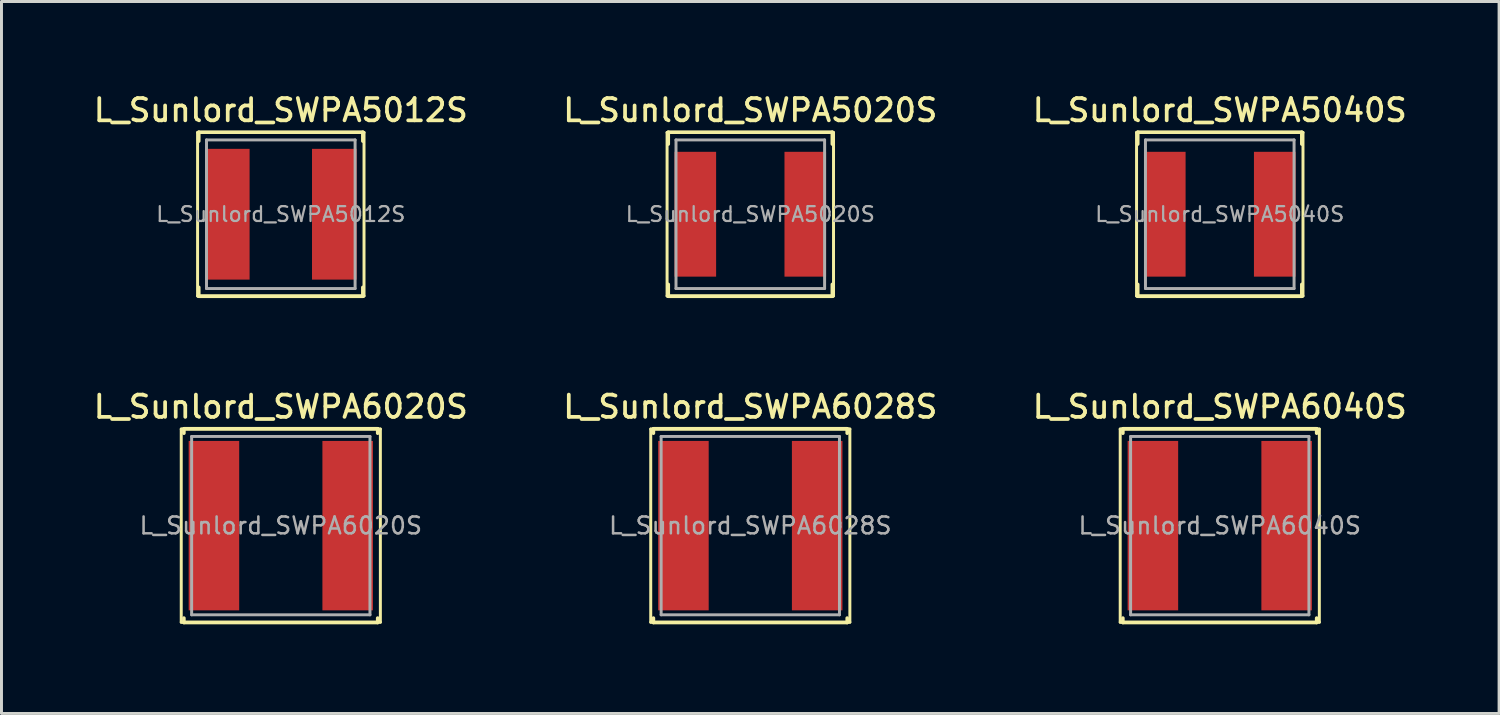
<source format=kicad_pcb>
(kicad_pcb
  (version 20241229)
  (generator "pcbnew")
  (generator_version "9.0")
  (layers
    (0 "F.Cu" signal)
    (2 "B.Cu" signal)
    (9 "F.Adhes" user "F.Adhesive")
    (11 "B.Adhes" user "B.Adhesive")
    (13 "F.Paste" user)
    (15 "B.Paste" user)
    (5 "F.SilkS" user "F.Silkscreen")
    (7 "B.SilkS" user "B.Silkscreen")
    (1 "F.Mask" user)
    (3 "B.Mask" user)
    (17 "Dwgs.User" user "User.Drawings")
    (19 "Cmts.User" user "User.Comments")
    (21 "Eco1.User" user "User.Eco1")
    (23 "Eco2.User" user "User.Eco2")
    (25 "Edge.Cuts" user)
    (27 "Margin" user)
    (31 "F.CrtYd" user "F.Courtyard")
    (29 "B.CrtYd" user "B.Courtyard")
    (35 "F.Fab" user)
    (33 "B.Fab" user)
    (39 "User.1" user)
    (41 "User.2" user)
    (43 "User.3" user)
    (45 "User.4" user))
  (footprint "L_Sunlord_SWPA6028S"
    (layer "F.Cu")
    (at 22.195 14.636)
    (property "Reference" "L_Sunlord_SWPA6028S" (at 0 -4 0) (layer "F.SilkS") (effects (font (size 0.75 0.75) (thickness 0.125))))
    (attr smd)
    (fp_line (start -3.35 -3.25) (end -3.35 3.25) (stroke (width 0.1) (type solid)) (layer "F.SilkS"))
    (fp_line (start -3.35 3.25) (end 3.35 3.25) (stroke (width 0.1) (type solid)) (layer "F.SilkS"))
    (fp_line (start -3.26 -3.26) (end -3.26 -3.11) (stroke (width 0.12) (type solid)) (layer "F.SilkS"))
    (fp_line (start -3.26 -3.26) (end 3.26 -3.26) (stroke (width 0.12) (type solid)) (layer "F.SilkS"))
    (fp_line (start -3.26 3.26) (end -3.26 3.11) (stroke (width 0.12) (type solid)) (layer "F.SilkS"))
    (fp_line (start -3.26 3.26) (end 3.26 3.26) (stroke (width 0.12) (type solid)) (layer "F.SilkS"))
    (fp_line (start 3.26 -3.26) (end 3.26 -3.11) (stroke (width 0.12) (type solid)) (layer "F.SilkS"))
    (fp_line (start 3.26 3.26) (end 3.26 3.11) (stroke (width 0.12) (type solid)) (layer "F.SilkS"))
    (fp_line (start 3.35 -3.25) (end -3.35 -3.25) (stroke (width 0.1) (type solid)) (layer "F.SilkS"))
    (fp_line (start 3.35 3.25) (end 3.35 -3.25) (stroke (width 0.1) (type solid)) (layer "F.SilkS"))
    (fp_line (start -3 -3) (end -3 3) (stroke (width 0.1) (type solid)) (layer "F.Fab"))
    (fp_line (start -3 3) (end 3 3) (stroke (width 0.1) (type solid)) (layer "F.Fab"))
    (fp_line (start 3 -3) (end -3 -3) (stroke (width 0.1) (type solid)) (layer "F.Fab"))
    (fp_line (start 3 3) (end 3 -3) (stroke (width 0.1) (type solid)) (layer "F.Fab"))
    (fp_text user "${REFERENCE}" (at 0 0 0) (layer "F.Fab") (effects (font (size 0.567 0.567) (thickness 0.085))))
    (pad "1" smd rect (at -2.25 0) (size 1.7 5.7) (layers "F.Cu" "F.Mask" "F.Paste"))
    (pad "2" smd rect (at 2.25 0) (size 1.7 5.7) (layers "F.Cu" "F.Mask" "F.Paste")))
  (footprint "L_Sunlord_SWPA6020S"
    (layer "F.Cu")
    (at 6.398 14.636)
    (property "Reference" "L_Sunlord_SWPA6020S" (at 0 -4 0) (layer "F.SilkS") (effects (font (size 0.75 0.75) (thickness 0.125))))
    (attr smd)
    (fp_line (start -3.35 -3.25) (end -3.35 3.25) (stroke (width 0.1) (type solid)) (layer "F.SilkS"))
    (fp_line (start -3.35 3.25) (end 3.35 3.25) (stroke (width 0.1) (type solid)) (layer "F.SilkS"))
    (fp_line (start -3.26 -3.26) (end -3.26 -3.11) (stroke (width 0.12) (type solid)) (layer "F.SilkS"))
    (fp_line (start -3.26 -3.26) (end 3.26 -3.26) (stroke (width 0.12) (type solid)) (layer "F.SilkS"))
    (fp_line (start -3.26 3.26) (end -3.26 3.11) (stroke (width 0.12) (type solid)) (layer "F.SilkS"))
    (fp_line (start -3.26 3.26) (end 3.26 3.26) (stroke (width 0.12) (type solid)) (layer "F.SilkS"))
    (fp_line (start 3.26 -3.26) (end 3.26 -3.11) (stroke (width 0.12) (type solid)) (layer "F.SilkS"))
    (fp_line (start 3.26 3.26) (end 3.26 3.11) (stroke (width 0.12) (type solid)) (layer "F.SilkS"))
    (fp_line (start 3.35 -3.25) (end -3.35 -3.25) (stroke (width 0.1) (type solid)) (layer "F.SilkS"))
    (fp_line (start 3.35 3.25) (end 3.35 -3.25) (stroke (width 0.1) (type solid)) (layer "F.SilkS"))
    (fp_line (start -3 -3) (end -3 3) (stroke (width 0.1) (type solid)) (layer "F.Fab"))
    (fp_line (start -3 3) (end 3 3) (stroke (width 0.1) (type solid)) (layer "F.Fab"))
    (fp_line (start 3 -3) (end -3 -3) (stroke (width 0.1) (type solid)) (layer "F.Fab"))
    (fp_line (start 3 3) (end 3 -3) (stroke (width 0.1) (type solid)) (layer "F.Fab"))
    (fp_text user "${REFERENCE}" (at 0 0 0) (layer "F.Fab") (effects (font (size 0.567 0.567) (thickness 0.085))))
    (pad "1" smd rect (at -2.25 0) (size 1.7 5.7) (layers "F.Cu" "F.Mask" "F.Paste"))
    (pad "2" smd rect (at 2.25 0) (size 1.7 5.7) (layers "F.Cu" "F.Mask" "F.Paste")))
  (footprint "L_Sunlord_SWPA6040S"
    (layer "F.Cu")
    (at 37.991 14.636)
    (property "Reference" "L_Sunlord_SWPA6040S" (at 0 -4 0) (layer "F.SilkS") (effects (font (size 0.75 0.75) (thickness 0.125))))
    (attr smd)
    (fp_line (start -3.35 -3.25) (end -3.35 3.25) (stroke (width 0.1) (type solid)) (layer "F.SilkS"))
    (fp_line (start -3.35 3.25) (end 3.35 3.25) (stroke (width 0.1) (type solid)) (layer "F.SilkS"))
    (fp_line (start -3.26 -3.26) (end -3.26 -3.11) (stroke (width 0.12) (type solid)) (layer "F.SilkS"))
    (fp_line (start -3.26 -3.26) (end 3.26 -3.26) (stroke (width 0.12) (type solid)) (layer "F.SilkS"))
    (fp_line (start -3.26 3.26) (end -3.26 3.11) (stroke (width 0.12) (type solid)) (layer "F.SilkS"))
    (fp_line (start -3.26 3.26) (end 3.26 3.26) (stroke (width 0.12) (type solid)) (layer "F.SilkS"))
    (fp_line (start 3.26 -3.26) (end 3.26 -3.11) (stroke (width 0.12) (type solid)) (layer "F.SilkS"))
    (fp_line (start 3.26 3.26) (end 3.26 3.11) (stroke (width 0.12) (type solid)) (layer "F.SilkS"))
    (fp_line (start 3.35 -3.25) (end -3.35 -3.25) (stroke (width 0.1) (type solid)) (layer "F.SilkS"))
    (fp_line (start 3.35 3.25) (end 3.35 -3.25) (stroke (width 0.1) (type solid)) (layer "F.SilkS"))
    (fp_line (start -3 -3) (end -3 3) (stroke (width 0.1) (type solid)) (layer "F.Fab"))
    (fp_line (start -3 3) (end 3 3) (stroke (width 0.1) (type solid)) (layer "F.Fab"))
    (fp_line (start 3 -3) (end -3 -3) (stroke (width 0.1) (type solid)) (layer "F.Fab"))
    (fp_line (start 3 3) (end 3 -3) (stroke (width 0.1) (type solid)) (layer "F.Fab"))
    (fp_text user "${REFERENCE}" (at 0 0 0) (layer "F.Fab") (effects (font (size 0.567 0.567) (thickness 0.085))))
    (pad "1" smd rect (at -2.25 0) (size 1.7 5.7) (layers "F.Cu" "F.Mask" "F.Paste"))
    (pad "2" smd rect (at 2.25 0) (size 1.7 5.7) (layers "F.Cu" "F.Mask" "F.Paste")))
  (footprint "L_Sunlord_SWPA5040S"
    (layer "F.Cu")
    (at 37.991 4.158)
    (property "Reference" "L_Sunlord_SWPA5040S" (at 0 -3.5 0) (layer "F.SilkS") (effects (font (size 0.75 0.75) (thickness 0.125))))
    (attr smd)
    (fp_line (start -2.8 -2.75) (end -2.8 2.75) (stroke (width 0.1) (type solid)) (layer "F.SilkS"))
    (fp_line (start -2.8 2.75) (end 2.8 2.75) (stroke (width 0.1) (type solid)) (layer "F.SilkS"))
    (fp_line (start -2.76 -2.76) (end -2.76 -2.36) (stroke (width 0.12) (type solid)) (layer "F.SilkS"))
    (fp_line (start -2.76 -2.76) (end 2.76 -2.76) (stroke (width 0.12) (type solid)) (layer "F.SilkS"))
    (fp_line (start -2.76 2.76) (end -2.76 2.36) (stroke (width 0.12) (type solid)) (layer "F.SilkS"))
    (fp_line (start -2.76 2.76) (end 2.76 2.76) (stroke (width 0.12) (type solid)) (layer "F.SilkS"))
    (fp_line (start 2.76 -2.76) (end 2.76 -2.36) (stroke (width 0.12) (type solid)) (layer "F.SilkS"))
    (fp_line (start 2.76 2.76) (end 2.76 2.36) (stroke (width 0.12) (type solid)) (layer "F.SilkS"))
    (fp_line (start 2.8 -2.75) (end -2.8 -2.75) (stroke (width 0.1) (type solid)) (layer "F.SilkS"))
    (fp_line (start 2.8 2.75) (end 2.8 -2.75) (stroke (width 0.1) (type solid)) (layer "F.SilkS"))
    (fp_line (start -2.5 -2.5) (end -2.5 2.5) (stroke (width 0.1) (type solid)) (layer "F.Fab"))
    (fp_line (start -2.5 2.5) (end 2.5 2.5) (stroke (width 0.1) (type solid)) (layer "F.Fab"))
    (fp_line (start 2.5 -2.5) (end -2.5 -2.5) (stroke (width 0.1) (type solid)) (layer "F.Fab"))
    (fp_line (start 2.5 2.5) (end 2.5 -2.5) (stroke (width 0.1) (type solid)) (layer "F.Fab"))
    (fp_text user "${REFERENCE}" (at 0 0 0) (layer "F.Fab") (effects (font (size 0.5 0.5) (thickness 0.075))))
    (pad "1" smd rect (at -1.85 0) (size 1.4 4.2) (layers "F.Cu" "F.Mask" "F.Paste"))
    (pad "2" smd rect (at 1.85 0) (size 1.4 4.2) (layers "F.Cu" "F.Mask" "F.Paste")))
  (footprint "L_Sunlord_SWPA5020S"
    (layer "F.Cu")
    (at 22.195 4.158)
    (property "Reference" "L_Sunlord_SWPA5020S" (at 0 -3.5 0) (layer "F.SilkS") (effects (font (size 0.75 0.75) (thickness 0.125))))
    (attr smd)
    (fp_line (start -2.8 -2.75) (end -2.8 2.75) (stroke (width 0.1) (type solid)) (layer "F.SilkS"))
    (fp_line (start -2.8 2.75) (end 2.8 2.75) (stroke (width 0.1) (type solid)) (layer "F.SilkS"))
    (fp_line (start -2.76 -2.76) (end -2.76 -2.36) (stroke (width 0.12) (type solid)) (layer "F.SilkS"))
    (fp_line (start -2.76 -2.76) (end 2.76 -2.76) (stroke (width 0.12) (type solid)) (layer "F.SilkS"))
    (fp_line (start -2.76 2.76) (end -2.76 2.36) (stroke (width 0.12) (type solid)) (layer "F.SilkS"))
    (fp_line (start -2.76 2.76) (end 2.76 2.76) (stroke (width 0.12) (type solid)) (layer "F.SilkS"))
    (fp_line (start 2.76 -2.76) (end 2.76 -2.36) (stroke (width 0.12) (type solid)) (layer "F.SilkS"))
    (fp_line (start 2.76 2.76) (end 2.76 2.36) (stroke (width 0.12) (type solid)) (layer "F.SilkS"))
    (fp_line (start 2.8 -2.75) (end -2.8 -2.75) (stroke (width 0.1) (type solid)) (layer "F.SilkS"))
    (fp_line (start 2.8 2.75) (end 2.8 -2.75) (stroke (width 0.1) (type solid)) (layer "F.SilkS"))
    (fp_line (start -2.5 -2.5) (end -2.5 2.5) (stroke (width 0.1) (type solid)) (layer "F.Fab"))
    (fp_line (start -2.5 2.5) (end 2.5 2.5) (stroke (width 0.1) (type solid)) (layer "F.Fab"))
    (fp_line (start 2.5 -2.5) (end -2.5 -2.5) (stroke (width 0.1) (type solid)) (layer "F.Fab"))
    (fp_line (start 2.5 2.5) (end 2.5 -2.5) (stroke (width 0.1) (type solid)) (layer "F.Fab"))
    (fp_text user "${REFERENCE}" (at 0 0 0) (layer "F.Fab") (effects (font (size 0.5 0.5) (thickness 0.075))))
    (pad "1" smd rect (at -1.85 0) (size 1.4 4.2) (layers "F.Cu" "F.Mask" "F.Paste"))
    (pad "2" smd rect (at 1.85 0) (size 1.4 4.2) (layers "F.Cu" "F.Mask" "F.Paste")))
  (footprint "L_Sunlord_SWPA5012S"
    (layer "F.Cu")
    (at 6.398 4.158)
    (property "Reference" "L_Sunlord_SWPA5012S" (at 0 -3.5 0) (layer "F.SilkS") (effects (font (size 0.75 0.75) (thickness 0.125))))
    (attr smd)
    (fp_line (start -2.8 -2.75) (end -2.8 2.75) (stroke (width 0.1) (type solid)) (layer "F.SilkS"))
    (fp_line (start -2.8 2.75) (end 2.8 2.75) (stroke (width 0.1) (type solid)) (layer "F.SilkS"))
    (fp_line (start -2.76 -2.76) (end -2.76 -2.46) (stroke (width 0.12) (type solid)) (layer "F.SilkS"))
    (fp_line (start -2.76 -2.76) (end 2.76 -2.76) (stroke (width 0.12) (type solid)) (layer "F.SilkS"))
    (fp_line (start -2.76 2.76) (end -2.76 2.46) (stroke (width 0.12) (type solid)) (layer "F.SilkS"))
    (fp_line (start -2.76 2.76) (end 2.76 2.76) (stroke (width 0.12) (type solid)) (layer "F.SilkS"))
    (fp_line (start 2.76 -2.76) (end 2.76 -2.46) (stroke (width 0.12) (type solid)) (layer "F.SilkS"))
    (fp_line (start 2.76 2.76) (end 2.76 2.46) (stroke (width 0.12) (type solid)) (layer "F.SilkS"))
    (fp_line (start 2.8 -2.75) (end -2.8 -2.75) (stroke (width 0.1) (type solid)) (layer "F.SilkS"))
    (fp_line (start 2.8 2.75) (end 2.8 -2.75) (stroke (width 0.1) (type solid)) (layer "F.SilkS"))
    (fp_line (start -2.5 -2.5) (end -2.5 2.5) (stroke (width 0.1) (type solid)) (layer "F.Fab"))
    (fp_line (start -2.5 2.5) (end 2.5 2.5) (stroke (width 0.1) (type solid)) (layer "F.Fab"))
    (fp_line (start 2.5 -2.5) (end -2.5 -2.5) (stroke (width 0.1) (type solid)) (layer "F.Fab"))
    (fp_line (start 2.5 2.5) (end 2.5 -2.5) (stroke (width 0.1) (type solid)) (layer "F.Fab"))
    (fp_text user "${REFERENCE}" (at 0 0 0) (layer "F.Fab") (effects (font (size 0.5 0.5) (thickness 0.075))))
    (pad "1" smd rect (at -1.8 0) (size 1.5 4.4) (layers "F.Cu" "F.Mask" "F.Paste"))
    (pad "2" smd rect (at 1.8 0) (size 1.5 4.4) (layers "F.Cu" "F.Mask" "F.Paste")))
  (gr_rect
    (start -3 -3)
    (end 47.389 20.956)
    (stroke (width 0.1) (type default))
    (fill no)
    (layer "Edge.Cuts")))
</source>
